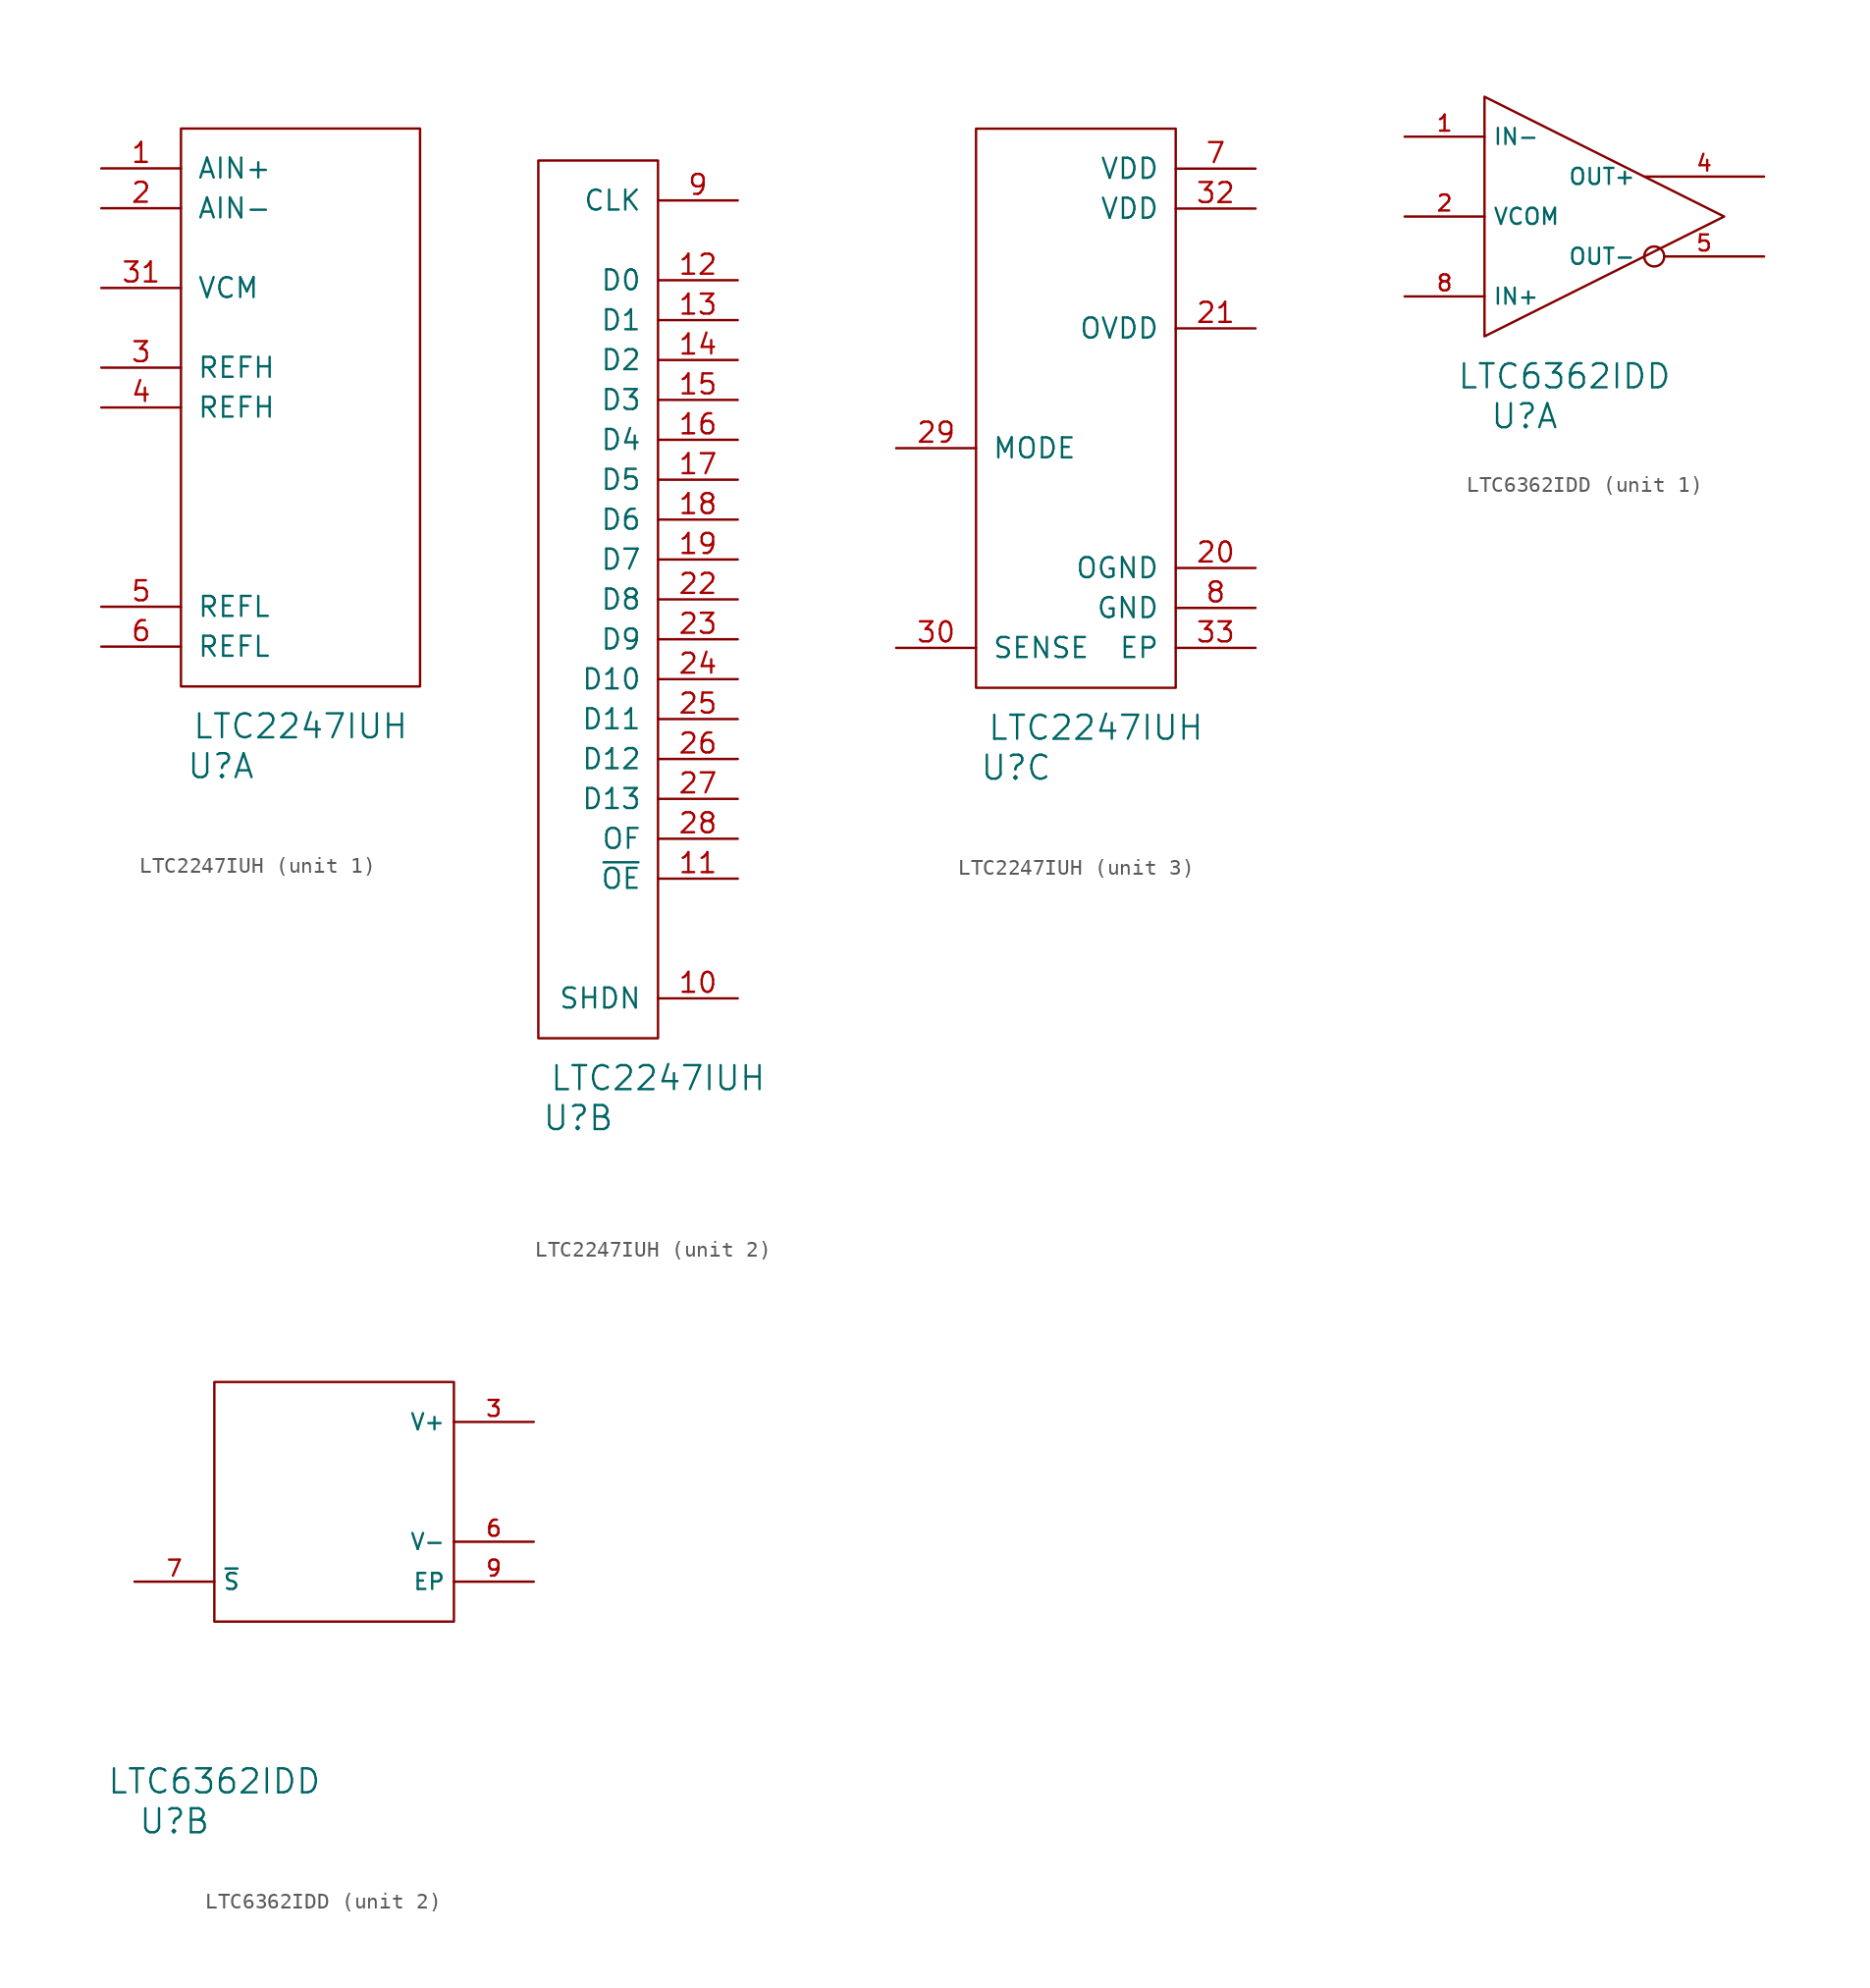
<source format=kicad_sym>
(kicad_symbol_lib
  (version 20220914)
  (generator kicad_symbol_editor)
  (symbol "LTC2247IUH"
    (pin_names
      (offset 1.016))
    (property "Reference" "U"
      (at 2.54 -5.08 0)
      (effects (font (size 1.524 1.524))))
    (property "Value" "LTC2247IUH"
      (at 7.62 -2.54 0)
      (effects (font (size 1.524 1.524))))
    (property "ki_locked" ""
      (at 0 0 0)
      (effects (font (size 1.27 1.27))))
    (symbol "LTC2247IUH_1_1"
      (rectangle (start 0 0) (end 15.24 35.56) (stroke (width 0) (type solid)) (fill (type none)))
      (pin input line (at -5.08 33.02 0) (length 5.08) (name "AIN+" (effects (font (size 1.27 1.27)))) (number "1" (effects (font (size 1.27 1.27)))))
      (pin input line (at -5.08 30.48 0) (length 5.08) (name "AIN-" (effects (font (size 1.27 1.27)))) (number "2" (effects (font (size 1.27 1.27)))))
      (pin passive line (at -5.08 20.32 0) (length 5.08) (name "REFH" (effects (font (size 1.27 1.27)))) (number "3" (effects (font (size 1.27 1.27)))))
      (pin passive line (at -5.08 25.4 0) (length 5.08) (name "VCM" (effects (font (size 1.27 1.27)))) (number "31" (effects (font (size 1.27 1.27)))))
      (pin passive line (at -5.08 17.78 0) (length 5.08) (name "REFH" (effects (font (size 1.27 1.27)))) (number "4" (effects (font (size 1.27 1.27)))))
      (pin passive line (at -5.08 5.08 0) (length 5.08) (name "REFL" (effects (font (size 1.27 1.27)))) (number "5" (effects (font (size 1.27 1.27)))))
      (pin passive line (at -5.08 2.54 0) (length 5.08) (name "REFL" (effects (font (size 1.27 1.27)))) (number "6" (effects (font (size 1.27 1.27))))))
    (symbol "LTC2247IUH_2_1"
      (rectangle (start 7.62 55.88) (end 0 0) (stroke (width 0) (type solid)) (fill (type none)))
      (pin input line (at 12.7 2.54 180) (length 5.08) (name "SHDN" (effects (font (size 1.27 1.27)))) (number "10" (effects (font (size 1.27 1.27)))))
      (pin input line (at 12.7 10.16 180) (length 5.08) (name "~{OE}" (effects (font (size 1.27 1.27)))) (number "11" (effects (font (size 1.27 1.27)))))
      (pin output line (at 12.7 48.26 180) (length 5.08) (name "D0" (effects (font (size 1.27 1.27)))) (number "12" (effects (font (size 1.27 1.27)))))
      (pin output line (at 12.7 45.72 180) (length 5.08) (name "D1" (effects (font (size 1.27 1.27)))) (number "13" (effects (font (size 1.27 1.27)))))
      (pin output line (at 12.7 43.18 180) (length 5.08) (name "D2" (effects (font (size 1.27 1.27)))) (number "14" (effects (font (size 1.27 1.27)))))
      (pin output line (at 12.7 40.64 180) (length 5.08) (name "D3" (effects (font (size 1.27 1.27)))) (number "15" (effects (font (size 1.27 1.27)))))
      (pin output line (at 12.7 38.1 180) (length 5.08) (name "D4" (effects (font (size 1.27 1.27)))) (number "16" (effects (font (size 1.27 1.27)))))
      (pin output line (at 12.7 35.56 180) (length 5.08) (name "D5" (effects (font (size 1.27 1.27)))) (number "17" (effects (font (size 1.27 1.27)))))
      (pin output line (at 12.7 33.02 180) (length 5.08) (name "D6" (effects (font (size 1.27 1.27)))) (number "18" (effects (font (size 1.27 1.27)))))
      (pin output line (at 12.7 30.48 180) (length 5.08) (name "D7" (effects (font (size 1.27 1.27)))) (number "19" (effects (font (size 1.27 1.27)))))
      (pin output line (at 12.7 27.94 180) (length 5.08) (name "D8" (effects (font (size 1.27 1.27)))) (number "22" (effects (font (size 1.27 1.27)))))
      (pin output line (at 12.7 25.4 180) (length 5.08) (name "D9" (effects (font (size 1.27 1.27)))) (number "23" (effects (font (size 1.27 1.27)))))
      (pin output line (at 12.7 22.86 180) (length 5.08) (name "D10" (effects (font (size 1.27 1.27)))) (number "24" (effects (font (size 1.27 1.27)))))
      (pin output line (at 12.7 20.32 180) (length 5.08) (name "D11" (effects (font (size 1.27 1.27)))) (number "25" (effects (font (size 1.27 1.27)))))
      (pin output line (at 12.7 17.78 180) (length 5.08) (name "D12" (effects (font (size 1.27 1.27)))) (number "26" (effects (font (size 1.27 1.27)))))
      (pin output line (at 12.7 15.24 180) (length 5.08) (name "D13" (effects (font (size 1.27 1.27)))) (number "27" (effects (font (size 1.27 1.27)))))
      (pin output line (at 12.7 12.7 180) (length 5.08) (name "OF" (effects (font (size 1.27 1.27)))) (number "28" (effects (font (size 1.27 1.27)))))
      (pin input line (at 12.7 53.34 180) (length 5.08) (name "CLK" (effects (font (size 1.27 1.27)))) (number "9" (effects (font (size 1.27 1.27))))))
    (symbol "LTC2247IUH_3_1"
      (rectangle (start 0 0) (end 12.7 35.56) (stroke (width 0) (type solid)) (fill (type none)))
      (pin power_in line (at 17.78 7.62 180) (length 5.08) (name "OGND" (effects (font (size 1.27 1.27)))) (number "20" (effects (font (size 1.27 1.27)))))
      (pin power_in line (at 17.78 22.86 180) (length 5.08) (name "OVDD" (effects (font (size 1.27 1.27)))) (number "21" (effects (font (size 1.27 1.27)))))
      (pin input line (at -5.08 15.24 0) (length 5.08) (name "MODE" (effects (font (size 1.27 1.27)))) (number "29" (effects (font (size 1.27 1.27)))))
      (pin input line (at -5.08 2.54 0) (length 5.08) (name "SENSE" (effects (font (size 1.27 1.27)))) (number "30" (effects (font (size 1.27 1.27)))))
      (pin power_in line (at 17.78 30.48 180) (length 5.08) (name "VDD" (effects (font (size 1.27 1.27)))) (number "32" (effects (font (size 1.27 1.27)))))
      (pin power_in line (at 17.78 2.54 180) (length 5.08) (name "EP" (effects (font (size 1.27 1.27)))) (number "33" (effects (font (size 1.27 1.27)))))
      (pin power_in line (at 17.78 33.02 180) (length 5.08) (name "VDD" (effects (font (size 1.27 1.27)))) (number "7" (effects (font (size 1.27 1.27)))))
      (pin power_in line (at 17.78 5.08 180) (length 5.08) (name "GND" (effects (font (size 1.27 1.27)))) (number "8" (effects (font (size 1.27 1.27)))))))
  (symbol "LTC6362IDD"
    (property "Reference" "U"
      (at -2.54 -12.7 0)
      (effects (font (size 1.524 1.524))))
    (property "Value" "LTC6362IDD"
      (at 0 -10.16 0)
      (effects (font (size 1.524 1.524))))
    (property "ki_locked" ""
      (at 0 0 0)
      (effects (font (size 1.27 1.27))))
    (symbol "LTC6362IDD_1_1"
      (polyline (pts (xy -5.08 -7.62) (xy -5.08 7.62) (xy 10.16 0) (xy -5.08 -7.62)) (stroke (width 0) (type solid)) (fill (type none)))
      (pin input line (at -10.16 5.08 0) (length 5.08) (name "IN-" (effects (font (size 1.016 1.016)))) (number "1" (effects (font (size 1.016 1.016)))))
      (pin input line (at -10.16 0 0) (length 5.08) (name "VCOM" (effects (font (size 1.016 1.016)))) (number "2" (effects (font (size 1.016 1.016)))))
      (pin open_collector line (at 12.7 2.54 180) (length 7.62) (name "OUT+" (effects (font (size 1.016 1.016)))) (number "4" (effects (font (size 1.016 1.016)))))
      (pin output inverted (at 12.7 -2.54 180) (length 7.62) (name "OUT-" (effects (font (size 1.016 1.016)))) (number "5" (effects (font (size 1.016 1.016)))))
      (pin input line (at -10.16 -5.08 0) (length 5.08) (name "IN+" (effects (font (size 1.016 1.016)))) (number "8" (effects (font (size 1.016 1.016))))))
    (symbol "LTC6362IDD_2_1"
      (rectangle (start 0 0) (end 15.24 15.24) (stroke (width 0) (type solid)) (fill (type none)))
      (pin power_in line (at 20.32 12.7 180) (length 5.08) (name "V+" (effects (font (size 1.016 1.016)))) (number "3" (effects (font (size 1.016 1.016)))))
      (pin power_in line (at 20.32 5.08 180) (length 5.08) (name "V-" (effects (font (size 1.016 1.016)))) (number "6" (effects (font (size 1.016 1.016)))))
      (pin input line (at -5.08 2.54 0) (length 5.08) (name "~{S}" (effects (font (size 1.016 1.016)))) (number "7" (effects (font (size 1.016 1.016)))))
      (pin power_in line (at 20.32 2.54 180) (length 5.08) (name "EP" (effects (font (size 1.016 1.016)))) (number "9" (effects (font (size 1.016 1.016))))))))
</source>
